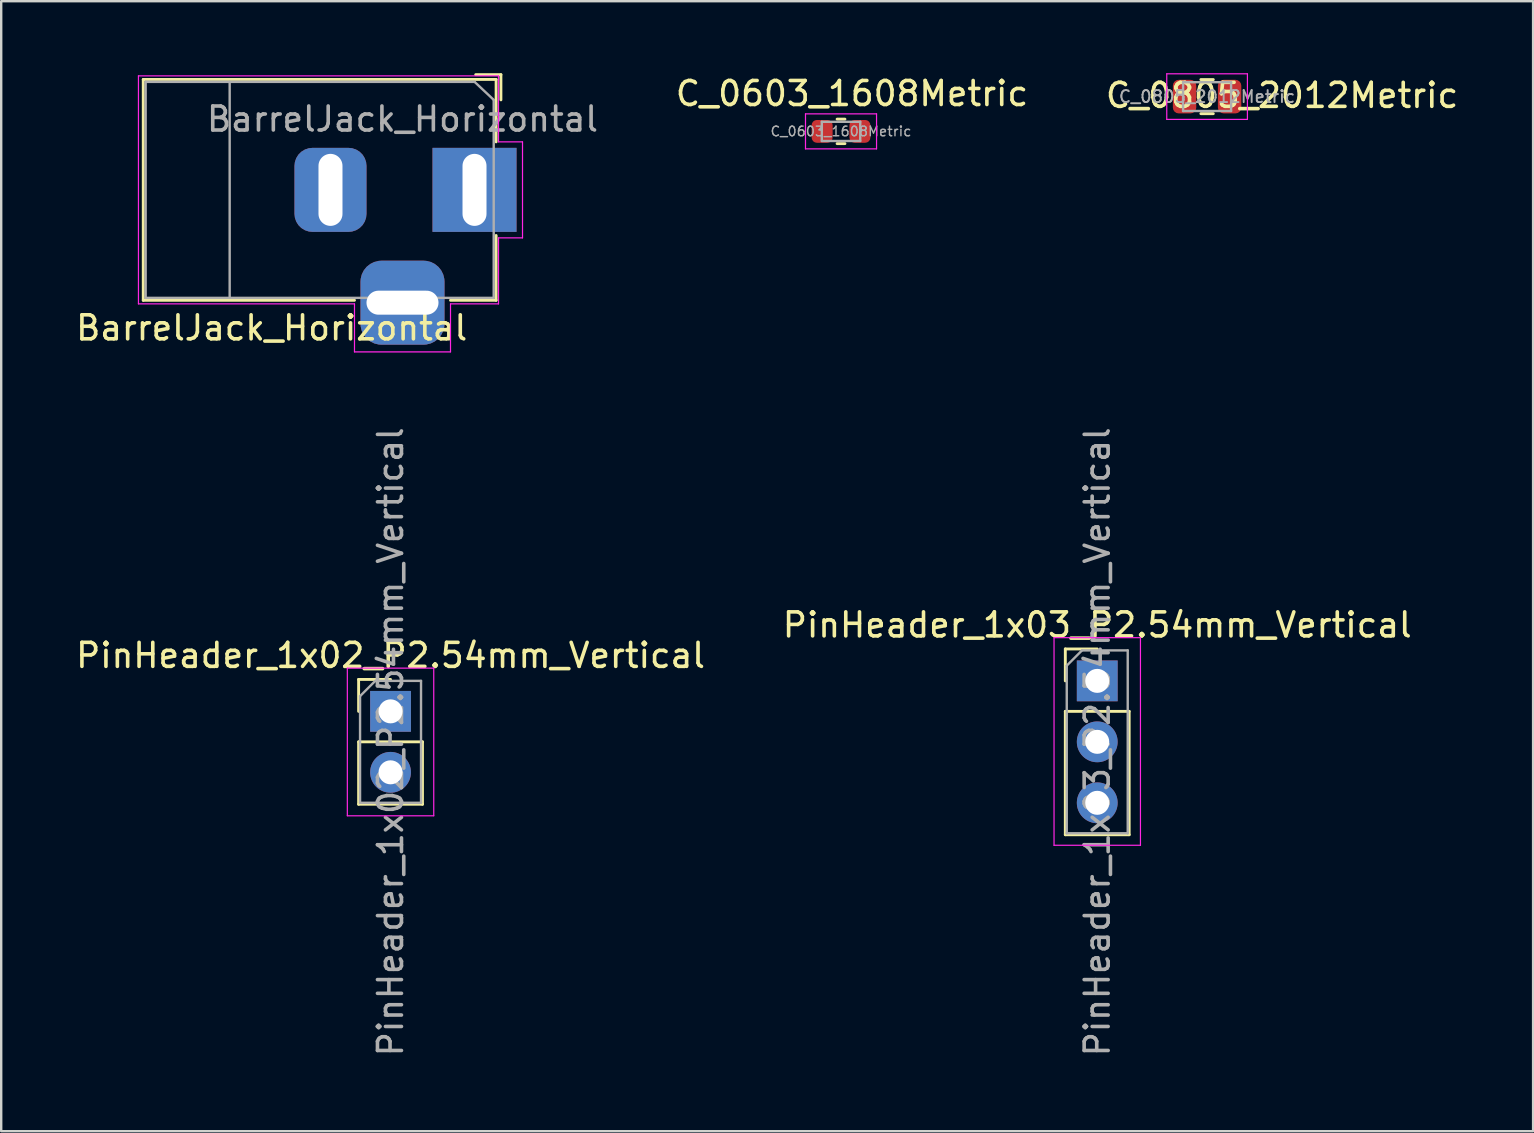
<source format=kicad_pcb>
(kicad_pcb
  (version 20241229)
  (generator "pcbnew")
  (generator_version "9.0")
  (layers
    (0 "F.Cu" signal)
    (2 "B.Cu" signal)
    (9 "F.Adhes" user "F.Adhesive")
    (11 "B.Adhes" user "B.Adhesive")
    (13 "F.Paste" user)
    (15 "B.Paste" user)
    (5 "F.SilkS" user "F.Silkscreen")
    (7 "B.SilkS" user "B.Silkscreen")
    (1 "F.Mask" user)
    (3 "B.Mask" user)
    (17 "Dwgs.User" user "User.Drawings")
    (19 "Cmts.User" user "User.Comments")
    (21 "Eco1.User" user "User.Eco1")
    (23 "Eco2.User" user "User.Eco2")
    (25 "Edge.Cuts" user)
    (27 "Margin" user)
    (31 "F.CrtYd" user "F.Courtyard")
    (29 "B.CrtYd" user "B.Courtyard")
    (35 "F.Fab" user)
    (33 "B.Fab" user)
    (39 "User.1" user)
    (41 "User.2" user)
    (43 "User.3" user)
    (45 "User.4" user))
  (footprint "C_0805_2012Metric"
    (layer "F.Cu")
    (at 47.237 0.975)
    (property "Reference" "C_0805_2012Metric" (at 3.124 -0.051 0) (layer "F.SilkS") (effects (font (size 1 1) (thickness 0.15))))
    (attr smd)
    (fp_line (start -0.259 -0.71) (end 0.259 -0.71) (stroke (width 0.12) (type solid)) (layer "F.SilkS"))
    (fp_line (start -0.259 0.71) (end 0.259 0.71) (stroke (width 0.12) (type solid)) (layer "F.SilkS"))
    (fp_line (start -1.68 -0.95) (end 1.68 -0.95) (stroke (width 0.05) (type solid)) (layer "F.CrtYd"))
    (fp_line (start -1.68 0.95) (end -1.68 -0.95) (stroke (width 0.05) (type solid)) (layer "F.CrtYd"))
    (fp_line (start 1.68 -0.95) (end 1.68 0.95) (stroke (width 0.05) (type solid)) (layer "F.CrtYd"))
    (fp_line (start 1.68 0.95) (end -1.68 0.95) (stroke (width 0.05) (type solid)) (layer "F.CrtYd"))
    (fp_line (start -1 -0.6) (end 1 -0.6) (stroke (width 0.1) (type solid)) (layer "F.Fab"))
    (fp_line (start -1 0.6) (end -1 -0.6) (stroke (width 0.1) (type solid)) (layer "F.Fab"))
    (fp_line (start 1 -0.6) (end 1 0.6) (stroke (width 0.1) (type solid)) (layer "F.Fab"))
    (fp_line (start 1 0.6) (end -1 0.6) (stroke (width 0.1) (type solid)) (layer "F.Fab"))
    (fp_text user "${REFERENCE}" (at 0 0 0) (layer "F.Fab") (effects (font (size 0.5 0.5) (thickness 0.08))))
    (pad "1" smd roundrect (at -0.938 0) (size 0.975 1.4) (layers "F.Cu" "F.Mask" "F.Paste") (roundrect_rratio 0.25))
    (pad "2" smd roundrect (at 0.938 0) (size 0.975 1.4) (layers "F.Cu" "F.Mask" "F.Paste") (roundrect_rratio 0.25)))
  (footprint "PinHeader_1x02_P2.54mm_Vertical"
    (layer "F.Cu")
    (at 13.22 26.585)
    (property "Reference" "PinHeader_1x02_P2.54mm_Vertical" (at 0 -2.33 0) (layer "F.SilkS") (effects (font (size 1 1) (thickness 0.15))))
    (attr through_hole)
    (fp_line (start -1.33 -1.33) (end 0 -1.33) (stroke (width 0.12) (type solid)) (layer "F.SilkS"))
    (fp_line (start -1.33 0) (end -1.33 -1.33) (stroke (width 0.12) (type solid)) (layer "F.SilkS"))
    (fp_line (start -1.33 1.27) (end -1.33 3.87) (stroke (width 0.12) (type solid)) (layer "F.SilkS"))
    (fp_line (start -1.33 1.27) (end 1.33 1.27) (stroke (width 0.12) (type solid)) (layer "F.SilkS"))
    (fp_line (start -1.33 3.87) (end 1.33 3.87) (stroke (width 0.12) (type solid)) (layer "F.SilkS"))
    (fp_line (start 1.33 1.27) (end 1.33 3.87) (stroke (width 0.12) (type solid)) (layer "F.SilkS"))
    (fp_line (start -1.8 -1.8) (end -1.8 4.35) (stroke (width 0.05) (type solid)) (layer "F.CrtYd"))
    (fp_line (start -1.8 4.35) (end 1.8 4.35) (stroke (width 0.05) (type solid)) (layer "F.CrtYd"))
    (fp_line (start 1.8 -1.8) (end -1.8 -1.8) (stroke (width 0.05) (type solid)) (layer "F.CrtYd"))
    (fp_line (start 1.8 4.35) (end 1.8 -1.8) (stroke (width 0.05) (type solid)) (layer "F.CrtYd"))
    (fp_line (start -1.27 -0.635) (end -0.635 -1.27) (stroke (width 0.1) (type solid)) (layer "F.Fab"))
    (fp_line (start -1.27 3.81) (end -1.27 -0.635) (stroke (width 0.1) (type solid)) (layer "F.Fab"))
    (fp_line (start -0.635 -1.27) (end 1.27 -1.27) (stroke (width 0.1) (type solid)) (layer "F.Fab"))
    (fp_line (start 1.27 -1.27) (end 1.27 3.81) (stroke (width 0.1) (type solid)) (layer "F.Fab"))
    (fp_line (start 1.27 3.81) (end -1.27 3.81) (stroke (width 0.1) (type solid)) (layer "F.Fab"))
    (fp_text user "${REFERENCE}" (at 0 1.27 90) (layer "F.Fab") (effects (font (size 1 1) (thickness 0.15))))
    (pad "1" thru_hole rect (at 0 0) (size 1.7 1.7) (drill 1) (layers "*.Cu" "*.Mask"))
    (pad "2" thru_hole oval (at 0 2.54) (size 1.7 1.7) (drill 1) (layers "*.Cu" "*.Mask")))
  (footprint "C_0603_1608Metric"
    (layer "F.Cu")
    (at 31.987 2.423)
    (property "Reference" "C_0603_1608Metric" (at 0.457 -1.575 0) (layer "F.SilkS") (effects (font (size 1 1) (thickness 0.15))))
    (attr smd)
    (fp_line (start -0.163 -0.51) (end 0.163 -0.51) (stroke (width 0.12) (type solid)) (layer "F.SilkS"))
    (fp_line (start -0.163 0.51) (end 0.163 0.51) (stroke (width 0.12) (type solid)) (layer "F.SilkS"))
    (fp_line (start -1.48 -0.73) (end 1.48 -0.73) (stroke (width 0.05) (type solid)) (layer "F.CrtYd"))
    (fp_line (start -1.48 0.73) (end -1.48 -0.73) (stroke (width 0.05) (type solid)) (layer "F.CrtYd"))
    (fp_line (start 1.48 -0.73) (end 1.48 0.73) (stroke (width 0.05) (type solid)) (layer "F.CrtYd"))
    (fp_line (start 1.48 0.73) (end -1.48 0.73) (stroke (width 0.05) (type solid)) (layer "F.CrtYd"))
    (fp_line (start -0.8 -0.4) (end 0.8 -0.4) (stroke (width 0.1) (type solid)) (layer "F.Fab"))
    (fp_line (start -0.8 0.4) (end -0.8 -0.4) (stroke (width 0.1) (type solid)) (layer "F.Fab"))
    (fp_line (start 0.8 -0.4) (end 0.8 0.4) (stroke (width 0.1) (type solid)) (layer "F.Fab"))
    (fp_line (start 0.8 0.4) (end -0.8 0.4) (stroke (width 0.1) (type solid)) (layer "F.Fab"))
    (fp_text user "${REFERENCE}" (at 0 0 0) (layer "F.Fab") (effects (font (size 0.4 0.4) (thickness 0.06))))
    (pad "1" smd roundrect (at -0.787 0) (size 0.875 0.95) (layers "F.Cu" "F.Mask" "F.Paste") (roundrect_rratio 0.25))
    (pad "2" smd roundrect (at 0.787 0) (size 0.875 0.95) (layers "F.Cu" "F.Mask" "F.Paste") (roundrect_rratio 0.25)))
  (footprint "PinHeader_1x03_P2.54mm_Vertical"
    (layer "F.Cu")
    (at 42.661 25.315)
    (property "Reference" "PinHeader_1x03_P2.54mm_Vertical" (at 0 -2.33 0) (layer "F.SilkS") (effects (font (size 1 1) (thickness 0.15))))
    (attr through_hole)
    (fp_line (start -1.33 -1.33) (end 0 -1.33) (stroke (width 0.12) (type solid)) (layer "F.SilkS"))
    (fp_line (start -1.33 0) (end -1.33 -1.33) (stroke (width 0.12) (type solid)) (layer "F.SilkS"))
    (fp_line (start -1.33 1.27) (end -1.33 6.41) (stroke (width 0.12) (type solid)) (layer "F.SilkS"))
    (fp_line (start -1.33 1.27) (end 1.33 1.27) (stroke (width 0.12) (type solid)) (layer "F.SilkS"))
    (fp_line (start -1.33 6.41) (end 1.33 6.41) (stroke (width 0.12) (type solid)) (layer "F.SilkS"))
    (fp_line (start 1.33 1.27) (end 1.33 6.41) (stroke (width 0.12) (type solid)) (layer "F.SilkS"))
    (fp_line (start -1.8 -1.8) (end -1.8 6.85) (stroke (width 0.05) (type solid)) (layer "F.CrtYd"))
    (fp_line (start -1.8 6.85) (end 1.8 6.85) (stroke (width 0.05) (type solid)) (layer "F.CrtYd"))
    (fp_line (start 1.8 -1.8) (end -1.8 -1.8) (stroke (width 0.05) (type solid)) (layer "F.CrtYd"))
    (fp_line (start 1.8 6.85) (end 1.8 -1.8) (stroke (width 0.05) (type solid)) (layer "F.CrtYd"))
    (fp_line (start -1.27 -0.635) (end -0.635 -1.27) (stroke (width 0.1) (type solid)) (layer "F.Fab"))
    (fp_line (start -1.27 6.35) (end -1.27 -0.635) (stroke (width 0.1) (type solid)) (layer "F.Fab"))
    (fp_line (start -0.635 -1.27) (end 1.27 -1.27) (stroke (width 0.1) (type solid)) (layer "F.Fab"))
    (fp_line (start 1.27 -1.27) (end 1.27 6.35) (stroke (width 0.1) (type solid)) (layer "F.Fab"))
    (fp_line (start 1.27 6.35) (end -1.27 6.35) (stroke (width 0.1) (type solid)) (layer "F.Fab"))
    (fp_text user "${REFERENCE}" (at 0 2.54 90) (layer "F.Fab") (effects (font (size 1 1) (thickness 0.15))))
    (pad "1" thru_hole rect (at 0 0) (size 1.7 1.7) (drill 1) (layers "*.Cu" "*.Mask"))
    (pad "2" thru_hole oval (at 0 2.54) (size 1.7 1.7) (drill 1) (layers "*.Cu" "*.Mask"))
    (pad "3" thru_hole oval (at 0 5.08) (size 1.7 1.7) (drill 1) (layers "*.Cu" "*.Mask")))
  (footprint "BarrelJack_Horizontal"
    (layer "F.Cu")
    (at 16.718 4.86)
    (property "Reference" "BarrelJack_Horizontal" (at -8.45 5.75 0) (layer "F.SilkS") (effects (font (size 1 1) (thickness 0.15))))
    (attr through_hole)
    (fp_line (start -13.8 -4.6) (end 0.9 -4.6) (stroke (width 0.12) (type solid)) (layer "F.SilkS"))
    (fp_line (start -13.8 4.6) (end -13.8 -4.6) (stroke (width 0.12) (type solid)) (layer "F.SilkS"))
    (fp_line (start -5 4.6) (end -13.8 4.6) (stroke (width 0.12) (type solid)) (layer "F.SilkS"))
    (fp_line (start 0.05 -4.8) (end 1.1 -4.8) (stroke (width 0.12) (type solid)) (layer "F.SilkS"))
    (fp_line (start 0.9 -4.6) (end 0.9 -2) (stroke (width 0.12) (type solid)) (layer "F.SilkS"))
    (fp_line (start 0.9 1.9) (end 0.9 4.6) (stroke (width 0.12) (type solid)) (layer "F.SilkS"))
    (fp_line (start 0.9 4.6) (end -1 4.6) (stroke (width 0.12) (type solid)) (layer "F.SilkS"))
    (fp_line (start 1.1 -3.75) (end 1.1 -4.8) (stroke (width 0.12) (type solid)) (layer "F.SilkS"))
    (fp_line (start -14 4.75) (end -14 -4.75) (stroke (width 0.05) (type solid)) (layer "F.CrtYd"))
    (fp_line (start -5 4.75) (end -14 4.75) (stroke (width 0.05) (type solid)) (layer "F.CrtYd"))
    (fp_line (start -5 6.75) (end -5 4.75) (stroke (width 0.05) (type solid)) (layer "F.CrtYd"))
    (fp_line (start -1 4.75) (end -1 6.75) (stroke (width 0.05) (type solid)) (layer "F.CrtYd"))
    (fp_line (start -1 6.75) (end -5 6.75) (stroke (width 0.05) (type solid)) (layer "F.CrtYd"))
    (fp_line (start 1 -4.75) (end -14 -4.75) (stroke (width 0.05) (type solid)) (layer "F.CrtYd"))
    (fp_line (start 1 -4.5) (end 1 -4.75) (stroke (width 0.05) (type solid)) (layer "F.CrtYd"))
    (fp_line (start 1 -4.5) (end 1 -2) (stroke (width 0.05) (type solid)) (layer "F.CrtYd"))
    (fp_line (start 1 -2) (end 2 -2) (stroke (width 0.05) (type solid)) (layer "F.CrtYd"))
    (fp_line (start 1 2) (end 1 4.75) (stroke (width 0.05) (type solid)) (layer "F.CrtYd"))
    (fp_line (start 1 4.75) (end -1 4.75) (stroke (width 0.05) (type solid)) (layer "F.CrtYd"))
    (fp_line (start 2 -2) (end 2 2) (stroke (width 0.05) (type solid)) (layer "F.CrtYd"))
    (fp_line (start 2 2) (end 1 2) (stroke (width 0.05) (type solid)) (layer "F.CrtYd"))
    (fp_line (start -13.7 -4.5) (end -13.7 4.5) (stroke (width 0.1) (type solid)) (layer "F.Fab"))
    (fp_line (start -13.7 4.5) (end 0.8 4.5) (stroke (width 0.1) (type solid)) (layer "F.Fab"))
    (fp_line (start -10.2 -4.5) (end -10.2 4.5) (stroke (width 0.1) (type solid)) (layer "F.Fab"))
    (fp_line (start -0.003 -4.505) (end 0.8 -3.75) (stroke (width 0.1) (type solid)) (layer "F.Fab"))
    (fp_line (start 0 -4.5) (end -13.7 -4.5) (stroke (width 0.1) (type solid)) (layer "F.Fab"))
    (fp_line (start 0.8 4.5) (end 0.8 -3.75) (stroke (width 0.1) (type solid)) (layer "F.Fab"))
    (fp_text user "${REFERENCE}" (at -3 -2.95 0) (layer "F.Fab") (effects (font (size 1 1) (thickness 0.15))))
    (pad "1" thru_hole rect (at 0 0) (size 3.5 3.5) (drill oval 1 3) (layers "*.Cu" "*.Mask"))
    (pad "2" thru_hole roundrect (at -6 0) (size 3 3.5) (drill oval 1 3) (layers "*.Cu" "*.Mask") (roundrect_rratio 0.25))
    (pad "3" thru_hole roundrect (at -3 4.7) (size 3.5 3.5) (drill oval 3 1) (layers "*.Cu" "*.Mask") (roundrect_rratio 0.25)))
  (gr_rect
    (start -3 -3)
    (end 60.819 44.075)
    (stroke (width 0.1) (type default))
    (fill no)
    (layer "Edge.Cuts")))
</source>
